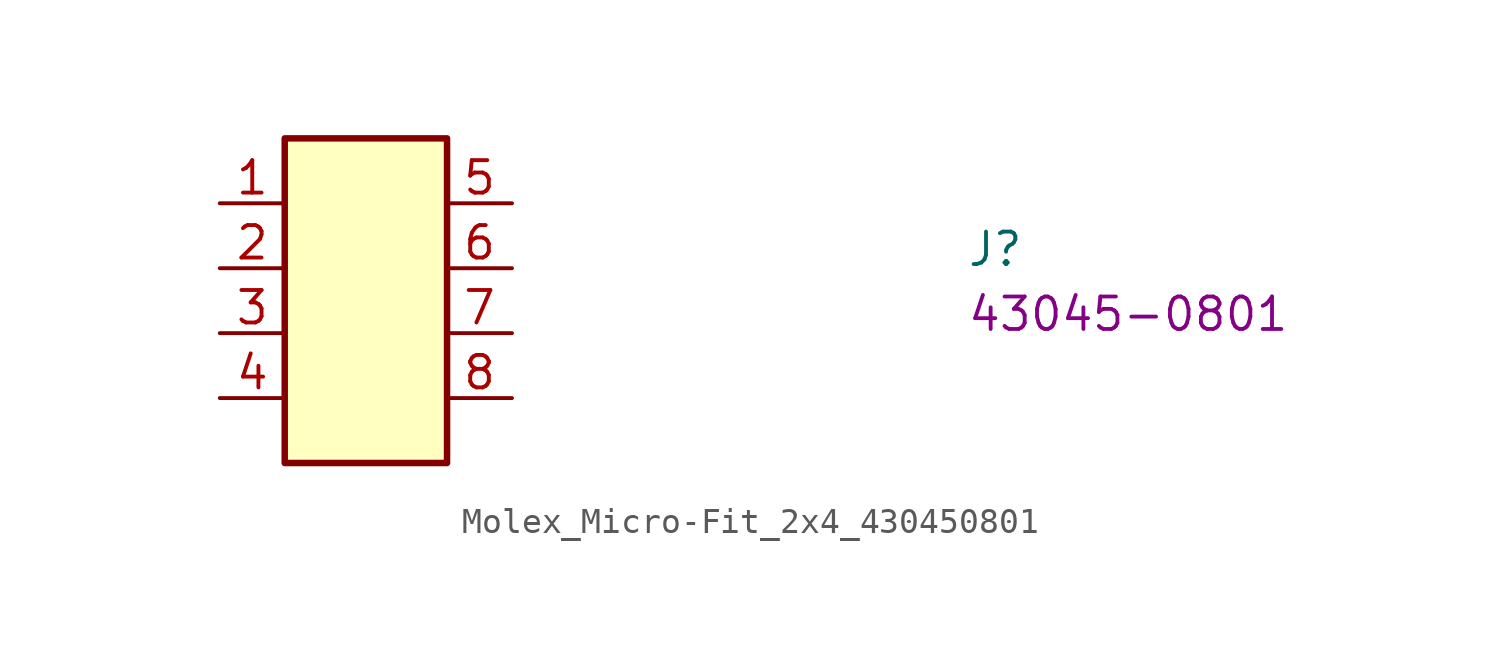
<source format=kicad_sym>
(kicad_symbol_lib
  (version 20220914)
  (generator kicad_symbol_editor)
  (symbol "Molex_Micro-Fit_2x4_430450801"
    (property "Reference" "J"
      (at 29.21 -2.54 0)
      (effects (font (size 1.27 1.27) (thickness 0.15)) (justify left bottom)))
    (property "MPN" "43045-0801"
      (at 29.21 -5.08 0)
      (effects (font (size 1.27 1.27) (thickness 0.15)) (justify left bottom)))
    (symbol "Molex_Micro-Fit_2x4_430450801_1_1"
      (rectangle (start 2.54 2.54) (end 8.89 -10.16) (stroke (width 0.254) (type default)) (fill (type background)))
      (pin input line (at 0 0 0) (length 2.54) (name "~" (effects (font (size 1.27 1.27)))) (number "1" (effects (font (size 1.27 1.27)))))
      (pin input line (at 0 -2.54 0) (length 2.54) (name "~" (effects (font (size 1.27 1.27)))) (number "2" (effects (font (size 1.27 1.27)))))
      (pin input line (at 0 -5.08 0) (length 2.54) (name "~" (effects (font (size 1.27 1.27)))) (number "3" (effects (font (size 1.27 1.27)))))
      (pin input line (at 0 -7.62 0) (length 2.54) (name "~" (effects (font (size 1.27 1.27)))) (number "4" (effects (font (size 1.27 1.27)))))
      (pin input line (at 11.43 0 180) (length 2.54) (name "~" (effects (font (size 1.27 1.27)))) (number "5" (effects (font (size 1.27 1.27)))))
      (pin input line (at 11.43 -2.54 180) (length 2.54) (name "~" (effects (font (size 1.27 1.27)))) (number "6" (effects (font (size 1.27 1.27)))))
      (pin input line (at 11.43 -5.08 180) (length 2.54) (name "~" (effects (font (size 1.27 1.27)))) (number "7" (effects (font (size 1.27 1.27)))))
      (pin input line (at 11.43 -7.62 180) (length 2.54) (name "~" (effects (font (size 1.27 1.27)))) (number "8" (effects (font (size 1.27 1.27))))))))
</source>
